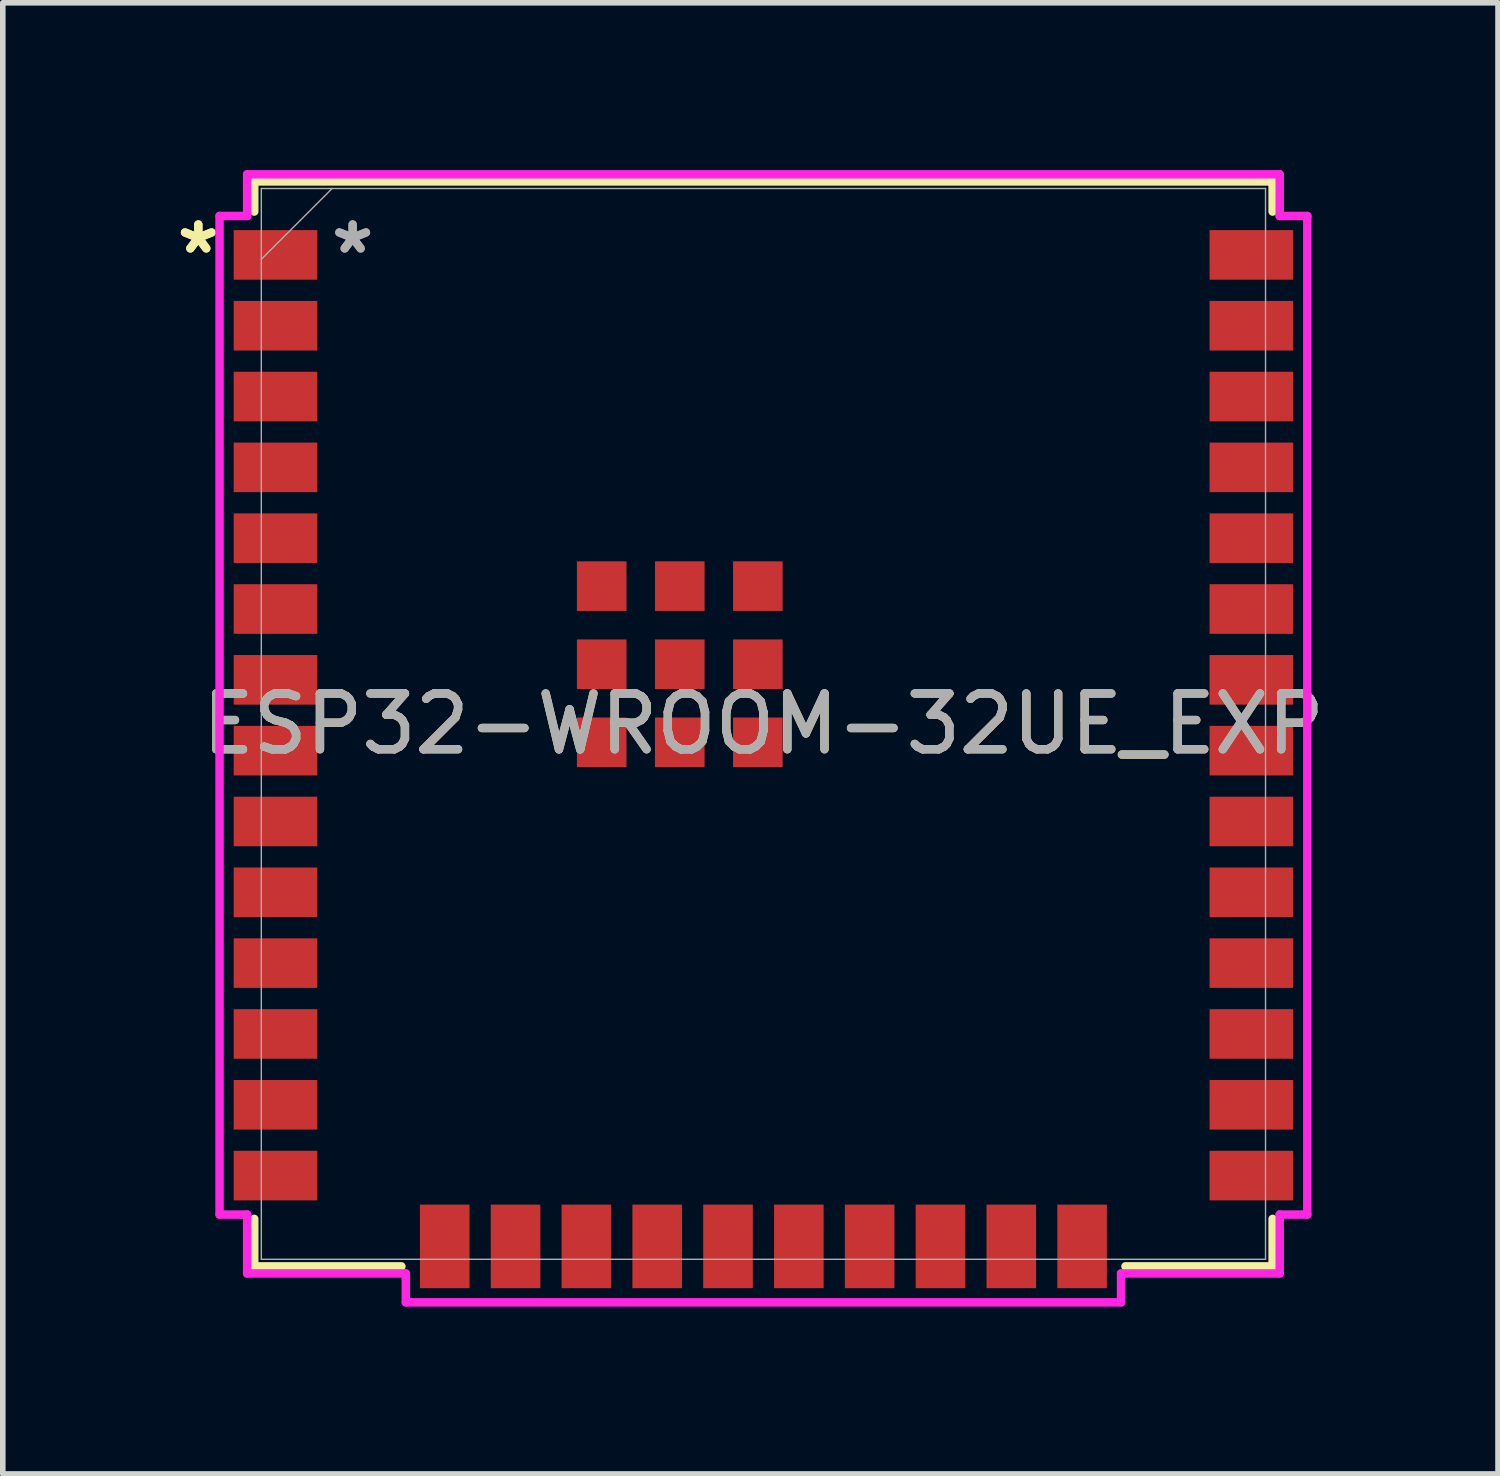
<source format=kicad_pcb>
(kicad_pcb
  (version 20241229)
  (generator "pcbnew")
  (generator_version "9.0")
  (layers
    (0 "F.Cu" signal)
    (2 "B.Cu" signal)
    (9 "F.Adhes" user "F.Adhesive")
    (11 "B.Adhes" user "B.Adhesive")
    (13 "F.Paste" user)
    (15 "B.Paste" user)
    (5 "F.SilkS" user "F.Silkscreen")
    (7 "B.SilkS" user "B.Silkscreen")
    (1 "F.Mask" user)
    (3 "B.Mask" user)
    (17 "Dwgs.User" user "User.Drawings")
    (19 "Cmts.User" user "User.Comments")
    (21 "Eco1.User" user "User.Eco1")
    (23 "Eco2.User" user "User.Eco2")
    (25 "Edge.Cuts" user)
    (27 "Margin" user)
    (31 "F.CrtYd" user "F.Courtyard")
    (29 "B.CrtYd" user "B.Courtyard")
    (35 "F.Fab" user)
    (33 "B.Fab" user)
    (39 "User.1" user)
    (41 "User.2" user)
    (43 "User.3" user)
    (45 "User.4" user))
  (footprint "ESP32-WROOM-32UE_EXP"
    (layer "F.Cu")
    (at 10.64 9.931)
    (property "Reference" "ESP32-WROOM-32UE_EXP" (at 0 0 0) (unlocked yes) (layer "F.SilkS") (effects (font (size 1 1) (thickness 0.15))))
    (attr smd)
    (fp_line (start -9.131 -9.728) (end 9.131 -9.728) (stroke (width 0.152) (type solid)) (layer "F.SilkS"))
    (fp_line (start -9.131 -9.187) (end -9.131 -9.728) (stroke (width 0.152) (type solid)) (layer "F.SilkS"))
    (fp_line (start -9.131 9.728) (end -9.131 8.877) (stroke (width 0.152) (type solid)) (layer "F.SilkS"))
    (fp_line (start -6.492 9.728) (end -9.131 9.728) (stroke (width 0.152) (type solid)) (layer "F.SilkS"))
    (fp_line (start 9.131 -9.728) (end 9.131 -9.187) (stroke (width 0.152) (type solid)) (layer "F.SilkS"))
    (fp_line (start 9.131 8.877) (end 9.131 9.728) (stroke (width 0.152) (type solid)) (layer "F.SilkS"))
    (fp_line (start 9.131 9.728) (end 6.492 9.728) (stroke (width 0.152) (type solid)) (layer "F.SilkS"))
    (fp_line (start -9.753 -9.108) (end -9.753 8.799) (stroke (width 0.152) (type solid)) (layer "F.CrtYd"))
    (fp_line (start -9.753 8.799) (end -9.258 8.799) (stroke (width 0.152) (type solid)) (layer "F.CrtYd"))
    (fp_line (start -9.258 -9.855) (end -9.258 -9.108) (stroke (width 0.152) (type solid)) (layer "F.CrtYd"))
    (fp_line (start -9.258 -9.108) (end -9.753 -9.108) (stroke (width 0.152) (type solid)) (layer "F.CrtYd"))
    (fp_line (start -9.258 8.799) (end -9.258 9.855) (stroke (width 0.152) (type solid)) (layer "F.CrtYd"))
    (fp_line (start -9.258 9.855) (end -6.413 9.855) (stroke (width 0.152) (type solid)) (layer "F.CrtYd"))
    (fp_line (start -6.413 9.855) (end -6.413 10.373) (stroke (width 0.152) (type solid)) (layer "F.CrtYd"))
    (fp_line (start -6.413 10.373) (end 6.413 10.373) (stroke (width 0.152) (type solid)) (layer "F.CrtYd"))
    (fp_line (start 6.413 9.855) (end 9.258 9.855) (stroke (width 0.152) (type solid)) (layer "F.CrtYd"))
    (fp_line (start 6.413 10.373) (end 6.413 9.855) (stroke (width 0.152) (type solid)) (layer "F.CrtYd"))
    (fp_line (start 9.258 -9.855) (end -9.258 -9.855) (stroke (width 0.152) (type solid)) (layer "F.CrtYd"))
    (fp_line (start 9.258 -9.108) (end 9.258 -9.855) (stroke (width 0.152) (type solid)) (layer "F.CrtYd"))
    (fp_line (start 9.258 8.799) (end 9.753 8.799) (stroke (width 0.152) (type solid)) (layer "F.CrtYd"))
    (fp_line (start 9.258 9.855) (end 9.258 8.799) (stroke (width 0.152) (type solid)) (layer "F.CrtYd"))
    (fp_line (start 9.753 -9.108) (end 9.258 -9.108) (stroke (width 0.152) (type solid)) (layer "F.CrtYd"))
    (fp_line (start 9.753 8.799) (end 9.753 -9.108) (stroke (width 0.152) (type solid)) (layer "F.CrtYd"))
    (fp_line (start -9.004 -9.601) (end -9.004 9.601) (stroke (width 0.025) (type solid)) (layer "F.Fab"))
    (fp_line (start -9.004 -8.331) (end -7.734 -9.601) (stroke (width 0.025) (type solid)) (layer "F.Fab"))
    (fp_line (start -9.004 9.601) (end 9.004 9.601) (stroke (width 0.025) (type solid)) (layer "F.Fab"))
    (fp_line (start 9.004 -9.601) (end -9.004 -9.601) (stroke (width 0.025) (type solid)) (layer "F.Fab"))
    (fp_line (start 9.004 9.601) (end 9.004 -9.601) (stroke (width 0.025) (type solid)) (layer "F.Fab"))
    (fp_text user "*" (at -10.134 -8.41 0) (unlocked yes) (layer "F.SilkS") (effects (font (size 1 1) (thickness 0.15))))
    (fp_text user "*" (at -10.134 -8.41 0) (layer "F.SilkS") (effects (font (size 1 1) (thickness 0.15))))
    (fp_text user "*" (at -7.366 -8.41 0) (unlocked yes) (layer "F.Fab") (effects (font (size 1 1) (thickness 0.15))))
    (fp_text user "${REFERENCE}" (at 0 0 0) (unlocked yes) (layer "F.Fab") (effects (font (size 1 1) (thickness 0.15))))
    (fp_text user "*" (at -7.366 -8.41 0) (layer "F.Fab") (effects (font (size 1 1) (thickness 0.15))))
    (pad "1" smd rect (at -8.75 -8.41) (size 1.499 0.889) (layers "F.Cu" "F.Mask" "F.Paste"))
    (pad "2" smd rect (at -8.75 -7.14) (size 1.499 0.889) (layers "F.Cu" "F.Mask" "F.Paste"))
    (pad "3" smd rect (at -8.75 -5.87) (size 1.499 0.889) (layers "F.Cu" "F.Mask" "F.Paste"))
    (pad "4" smd rect (at -8.75 -4.6) (size 1.499 0.889) (layers "F.Cu" "F.Mask" "F.Paste"))
    (pad "5" smd rect (at -8.75 -3.33) (size 1.499 0.889) (layers "F.Cu" "F.Mask" "F.Paste"))
    (pad "6" smd rect (at -8.75 -2.06) (size 1.499 0.889) (layers "F.Cu" "F.Mask" "F.Paste"))
    (pad "7" smd rect (at -8.75 -0.79) (size 1.499 0.889) (layers "F.Cu" "F.Mask" "F.Paste"))
    (pad "8" smd rect (at -8.75 0.48) (size 1.499 0.889) (layers "F.Cu" "F.Mask" "F.Paste"))
    (pad "9" smd rect (at -8.75 1.75) (size 1.499 0.889) (layers "F.Cu" "F.Mask" "F.Paste"))
    (pad "10" smd rect (at -8.75 3.02) (size 1.499 0.889) (layers "F.Cu" "F.Mask" "F.Paste"))
    (pad "11" smd rect (at -8.75 4.29) (size 1.499 0.889) (layers "F.Cu" "F.Mask" "F.Paste"))
    (pad "12" smd rect (at -8.75 5.56) (size 1.499 0.889) (layers "F.Cu" "F.Mask" "F.Paste"))
    (pad "13" smd rect (at -8.75 6.83) (size 1.499 0.889) (layers "F.Cu" "F.Mask" "F.Paste"))
    (pad "14" smd rect (at -8.75 8.1) (size 1.499 0.889) (layers "F.Cu" "F.Mask" "F.Paste"))
    (pad "15" smd rect (at -5.715 9.37 90) (size 1.499 0.889) (layers "F.Cu" "F.Mask" "F.Paste"))
    (pad "16" smd rect (at -4.445 9.37 90) (size 1.499 0.889) (layers "F.Cu" "F.Mask" "F.Paste"))
    (pad "17" smd rect (at -3.175 9.37 90) (size 1.499 0.889) (layers "F.Cu" "F.Mask" "F.Paste"))
    (pad "18" smd rect (at -1.905 9.37 90) (size 1.499 0.889) (layers "F.Cu" "F.Mask" "F.Paste"))
    (pad "19" smd rect (at -0.635 9.37 90) (size 1.499 0.889) (layers "F.Cu" "F.Mask" "F.Paste"))
    (pad "20" smd rect (at 0.635 9.37 90) (size 1.499 0.889) (layers "F.Cu" "F.Mask" "F.Paste"))
    (pad "21" smd rect (at 1.905 9.37 90) (size 1.499 0.889) (layers "F.Cu" "F.Mask" "F.Paste"))
    (pad "22" smd rect (at 3.175 9.37 90) (size 1.499 0.889) (layers "F.Cu" "F.Mask" "F.Paste"))
    (pad "23" smd rect (at 4.445 9.37 90) (size 1.499 0.889) (layers "F.Cu" "F.Mask" "F.Paste"))
    (pad "24" smd rect (at 5.715 9.37 90) (size 1.499 0.889) (layers "F.Cu" "F.Mask" "F.Paste"))
    (pad "25" smd rect (at 8.75 8.1) (size 1.499 0.889) (layers "F.Cu" "F.Mask" "F.Paste"))
    (pad "26" smd rect (at 8.75 6.83) (size 1.499 0.889) (layers "F.Cu" "F.Mask" "F.Paste"))
    (pad "27" smd rect (at 8.75 5.56) (size 1.499 0.889) (layers "F.Cu" "F.Mask" "F.Paste"))
    (pad "28" smd rect (at 8.75 4.29) (size 1.499 0.889) (layers "F.Cu" "F.Mask" "F.Paste"))
    (pad "29" smd rect (at 8.75 3.02) (size 1.499 0.889) (layers "F.Cu" "F.Mask" "F.Paste"))
    (pad "30" smd rect (at 8.75 1.75) (size 1.499 0.889) (layers "F.Cu" "F.Mask" "F.Paste"))
    (pad "31" smd rect (at 8.75 0.48) (size 1.499 0.889) (layers "F.Cu" "F.Mask" "F.Paste"))
    (pad "32" smd rect (at 8.75 -0.79) (size 1.499 0.889) (layers "F.Cu" "F.Mask" "F.Paste"))
    (pad "33" smd rect (at 8.75 -2.06) (size 1.499 0.889) (layers "F.Cu" "F.Mask" "F.Paste"))
    (pad "34" smd rect (at 8.75 -3.33) (size 1.499 0.889) (layers "F.Cu" "F.Mask" "F.Paste"))
    (pad "35" smd rect (at 8.75 -4.6) (size 1.499 0.889) (layers "F.Cu" "F.Mask" "F.Paste"))
    (pad "36" smd rect (at 8.75 -5.87) (size 1.499 0.889) (layers "F.Cu" "F.Mask" "F.Paste"))
    (pad "37" smd rect (at 8.75 -7.14) (size 1.499 0.889) (layers "F.Cu" "F.Mask" "F.Paste"))
    (pad "38" smd rect (at 8.75 -8.41) (size 1.499 0.889) (layers "F.Cu" "F.Mask" "F.Paste"))
    (pad "39" smd rect (at -1.5 -1.07) (size 0.889 0.889) (layers "F.Cu" "F.Mask" "F.Paste"))
    (pad "40" smd rect (at -2.9 -2.47) (size 0.889 0.889) (layers "F.Cu" "F.Mask" "F.Paste"))
    (pad "41" smd rect (at -2.9 -1.07) (size 0.889 0.889) (layers "F.Cu" "F.Mask" "F.Paste"))
    (pad "42" smd rect (at -2.9 0.33) (size 0.889 0.889) (layers "F.Cu" "F.Mask" "F.Paste"))
    (pad "43" smd rect (at -1.5 0.33) (size 0.889 0.889) (layers "F.Cu" "F.Mask" "F.Paste"))
    (pad "44" smd rect (at -0.1 0.33) (size 0.889 0.889) (layers "F.Cu" "F.Mask" "F.Paste"))
    (pad "45" smd rect (at -0.1 -1.07) (size 0.889 0.889) (layers "F.Cu" "F.Mask" "F.Paste"))
    (pad "46" smd rect (at -0.1 -2.47) (size 0.889 0.889) (layers "F.Cu" "F.Mask" "F.Paste"))
    (pad "47" smd rect (at -1.5 -2.47) (size 0.889 0.889) (layers "F.Cu" "F.Mask" "F.Paste")))
  (gr_rect
    (start -3 -3)
    (end 23.813 23.381)
    (stroke (width 0.1) (type default))
    (fill no)
    (layer "Edge.Cuts")))
</source>
